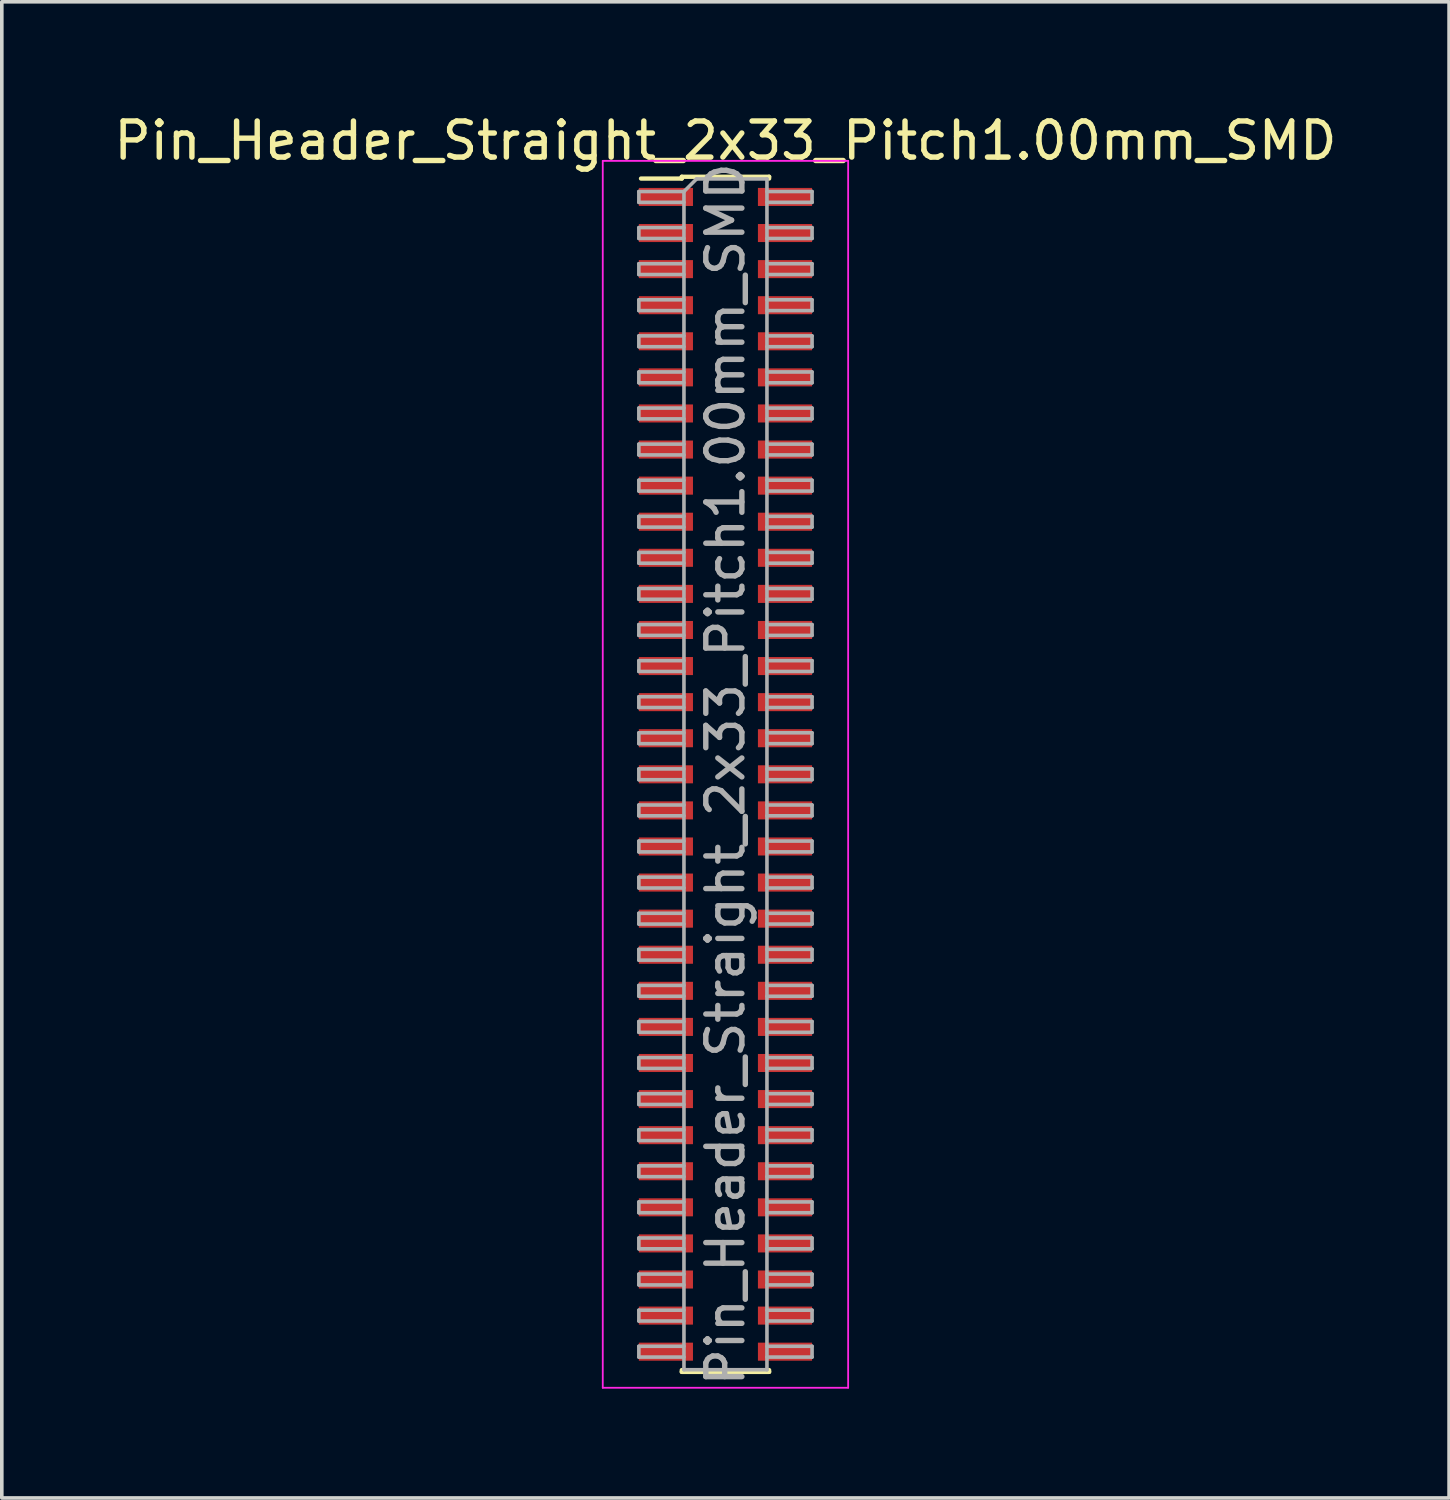
<source format=kicad_pcb>
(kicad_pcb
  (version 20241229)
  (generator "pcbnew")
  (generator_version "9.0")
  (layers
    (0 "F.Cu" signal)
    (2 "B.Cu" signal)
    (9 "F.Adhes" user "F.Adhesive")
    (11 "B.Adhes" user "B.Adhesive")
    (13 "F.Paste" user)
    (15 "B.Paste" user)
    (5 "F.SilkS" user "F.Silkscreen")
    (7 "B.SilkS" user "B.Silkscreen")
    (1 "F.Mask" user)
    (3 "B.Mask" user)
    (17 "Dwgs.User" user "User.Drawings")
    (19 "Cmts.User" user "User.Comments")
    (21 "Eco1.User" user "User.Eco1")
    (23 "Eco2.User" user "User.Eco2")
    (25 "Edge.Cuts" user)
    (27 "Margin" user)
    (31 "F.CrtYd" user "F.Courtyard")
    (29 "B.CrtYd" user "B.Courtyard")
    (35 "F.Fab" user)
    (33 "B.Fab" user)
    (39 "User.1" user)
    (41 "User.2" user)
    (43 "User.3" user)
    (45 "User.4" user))
  (footprint "Pin_Header_Straight_2x33_Pitch1.00mm_SMD"
    (layer "F.Cu")
    (at 17.054 18.408)
    (property "Reference" "Pin_Header_Straight_2x33_Pitch1.00mm_SMD" (at 0 -17.56 0) (layer "F.SilkS") (effects (font (size 1 1) (thickness 0.15))))
    (attr smd)
    (fp_line (start -2.34 -16.51) (end -1.21 -16.51) (stroke (width 0.12) (type solid)) (layer "F.SilkS"))
    (fp_line (start -1.21 -16.56) (end -1.21 -16.51) (stroke (width 0.12) (type solid)) (layer "F.SilkS"))
    (fp_line (start -1.21 -16.56) (end 1.21 -16.56) (stroke (width 0.12) (type solid)) (layer "F.SilkS"))
    (fp_line (start -1.21 16.51) (end -1.21 16.56) (stroke (width 0.12) (type solid)) (layer "F.SilkS"))
    (fp_line (start -1.21 16.56) (end 1.21 16.56) (stroke (width 0.12) (type solid)) (layer "F.SilkS"))
    (fp_line (start 1.21 -16.56) (end 1.21 -16.51) (stroke (width 0.12) (type solid)) (layer "F.SilkS"))
    (fp_line (start 1.21 16.51) (end 1.21 16.56) (stroke (width 0.12) (type solid)) (layer "F.SilkS"))
    (fp_line (start -3.4 -17) (end -3.4 17) (stroke (width 0.05) (type solid)) (layer "F.CrtYd"))
    (fp_line (start -3.4 17) (end 3.4 17) (stroke (width 0.05) (type solid)) (layer "F.CrtYd"))
    (fp_line (start 3.4 -17) (end -3.4 -17) (stroke (width 0.05) (type solid)) (layer "F.CrtYd"))
    (fp_line (start 3.4 17) (end 3.4 -17) (stroke (width 0.05) (type solid)) (layer "F.CrtYd"))
    (fp_line (start -2.4 -16.15) (end -2.4 -15.85) (stroke (width 0.1) (type solid)) (layer "F.Fab"))
    (fp_line (start -2.4 -15.85) (end -1.15 -15.85) (stroke (width 0.1) (type solid)) (layer "F.Fab"))
    (fp_line (start -2.4 -15.15) (end -2.4 -14.85) (stroke (width 0.1) (type solid)) (layer "F.Fab"))
    (fp_line (start -2.4 -14.85) (end -1.15 -14.85) (stroke (width 0.1) (type solid)) (layer "F.Fab"))
    (fp_line (start -2.4 -14.15) (end -2.4 -13.85) (stroke (width 0.1) (type solid)) (layer "F.Fab"))
    (fp_line (start -2.4 -13.85) (end -1.15 -13.85) (stroke (width 0.1) (type solid)) (layer "F.Fab"))
    (fp_line (start -2.4 -13.15) (end -2.4 -12.85) (stroke (width 0.1) (type solid)) (layer "F.Fab"))
    (fp_line (start -2.4 -12.85) (end -1.15 -12.85) (stroke (width 0.1) (type solid)) (layer "F.Fab"))
    (fp_line (start -2.4 -12.15) (end -2.4 -11.85) (stroke (width 0.1) (type solid)) (layer "F.Fab"))
    (fp_line (start -2.4 -11.85) (end -1.15 -11.85) (stroke (width 0.1) (type solid)) (layer "F.Fab"))
    (fp_line (start -2.4 -11.15) (end -2.4 -10.85) (stroke (width 0.1) (type solid)) (layer "F.Fab"))
    (fp_line (start -2.4 -10.85) (end -1.15 -10.85) (stroke (width 0.1) (type solid)) (layer "F.Fab"))
    (fp_line (start -2.4 -10.15) (end -2.4 -9.85) (stroke (width 0.1) (type solid)) (layer "F.Fab"))
    (fp_line (start -2.4 -9.85) (end -1.15 -9.85) (stroke (width 0.1) (type solid)) (layer "F.Fab"))
    (fp_line (start -2.4 -9.15) (end -2.4 -8.85) (stroke (width 0.1) (type solid)) (layer "F.Fab"))
    (fp_line (start -2.4 -8.85) (end -1.15 -8.85) (stroke (width 0.1) (type solid)) (layer "F.Fab"))
    (fp_line (start -2.4 -8.15) (end -2.4 -7.85) (stroke (width 0.1) (type solid)) (layer "F.Fab"))
    (fp_line (start -2.4 -7.85) (end -1.15 -7.85) (stroke (width 0.1) (type solid)) (layer "F.Fab"))
    (fp_line (start -2.4 -7.15) (end -2.4 -6.85) (stroke (width 0.1) (type solid)) (layer "F.Fab"))
    (fp_line (start -2.4 -6.85) (end -1.15 -6.85) (stroke (width 0.1) (type solid)) (layer "F.Fab"))
    (fp_line (start -2.4 -6.15) (end -2.4 -5.85) (stroke (width 0.1) (type solid)) (layer "F.Fab"))
    (fp_line (start -2.4 -5.85) (end -1.15 -5.85) (stroke (width 0.1) (type solid)) (layer "F.Fab"))
    (fp_line (start -2.4 -5.15) (end -2.4 -4.85) (stroke (width 0.1) (type solid)) (layer "F.Fab"))
    (fp_line (start -2.4 -4.85) (end -1.15 -4.85) (stroke (width 0.1) (type solid)) (layer "F.Fab"))
    (fp_line (start -2.4 -4.15) (end -2.4 -3.85) (stroke (width 0.1) (type solid)) (layer "F.Fab"))
    (fp_line (start -2.4 -3.85) (end -1.15 -3.85) (stroke (width 0.1) (type solid)) (layer "F.Fab"))
    (fp_line (start -2.4 -3.15) (end -2.4 -2.85) (stroke (width 0.1) (type solid)) (layer "F.Fab"))
    (fp_line (start -2.4 -2.85) (end -1.15 -2.85) (stroke (width 0.1) (type solid)) (layer "F.Fab"))
    (fp_line (start -2.4 -2.15) (end -2.4 -1.85) (stroke (width 0.1) (type solid)) (layer "F.Fab"))
    (fp_line (start -2.4 -1.85) (end -1.15 -1.85) (stroke (width 0.1) (type solid)) (layer "F.Fab"))
    (fp_line (start -2.4 -1.15) (end -2.4 -0.85) (stroke (width 0.1) (type solid)) (layer "F.Fab"))
    (fp_line (start -2.4 -0.85) (end -1.15 -0.85) (stroke (width 0.1) (type solid)) (layer "F.Fab"))
    (fp_line (start -2.4 -0.15) (end -2.4 0.15) (stroke (width 0.1) (type solid)) (layer "F.Fab"))
    (fp_line (start -2.4 0.15) (end -1.15 0.15) (stroke (width 0.1) (type solid)) (layer "F.Fab"))
    (fp_line (start -2.4 0.85) (end -2.4 1.15) (stroke (width 0.1) (type solid)) (layer "F.Fab"))
    (fp_line (start -2.4 1.15) (end -1.15 1.15) (stroke (width 0.1) (type solid)) (layer "F.Fab"))
    (fp_line (start -2.4 1.85) (end -2.4 2.15) (stroke (width 0.1) (type solid)) (layer "F.Fab"))
    (fp_line (start -2.4 2.15) (end -1.15 2.15) (stroke (width 0.1) (type solid)) (layer "F.Fab"))
    (fp_line (start -2.4 2.85) (end -2.4 3.15) (stroke (width 0.1) (type solid)) (layer "F.Fab"))
    (fp_line (start -2.4 3.15) (end -1.15 3.15) (stroke (width 0.1) (type solid)) (layer "F.Fab"))
    (fp_line (start -2.4 3.85) (end -2.4 4.15) (stroke (width 0.1) (type solid)) (layer "F.Fab"))
    (fp_line (start -2.4 4.15) (end -1.15 4.15) (stroke (width 0.1) (type solid)) (layer "F.Fab"))
    (fp_line (start -2.4 4.85) (end -2.4 5.15) (stroke (width 0.1) (type solid)) (layer "F.Fab"))
    (fp_line (start -2.4 5.15) (end -1.15 5.15) (stroke (width 0.1) (type solid)) (layer "F.Fab"))
    (fp_line (start -2.4 5.85) (end -2.4 6.15) (stroke (width 0.1) (type solid)) (layer "F.Fab"))
    (fp_line (start -2.4 6.15) (end -1.15 6.15) (stroke (width 0.1) (type solid)) (layer "F.Fab"))
    (fp_line (start -2.4 6.85) (end -2.4 7.15) (stroke (width 0.1) (type solid)) (layer "F.Fab"))
    (fp_line (start -2.4 7.15) (end -1.15 7.15) (stroke (width 0.1) (type solid)) (layer "F.Fab"))
    (fp_line (start -2.4 7.85) (end -2.4 8.15) (stroke (width 0.1) (type solid)) (layer "F.Fab"))
    (fp_line (start -2.4 8.15) (end -1.15 8.15) (stroke (width 0.1) (type solid)) (layer "F.Fab"))
    (fp_line (start -2.4 8.85) (end -2.4 9.15) (stroke (width 0.1) (type solid)) (layer "F.Fab"))
    (fp_line (start -2.4 9.15) (end -1.15 9.15) (stroke (width 0.1) (type solid)) (layer "F.Fab"))
    (fp_line (start -2.4 9.85) (end -2.4 10.15) (stroke (width 0.1) (type solid)) (layer "F.Fab"))
    (fp_line (start -2.4 10.15) (end -1.15 10.15) (stroke (width 0.1) (type solid)) (layer "F.Fab"))
    (fp_line (start -2.4 10.85) (end -2.4 11.15) (stroke (width 0.1) (type solid)) (layer "F.Fab"))
    (fp_line (start -2.4 11.15) (end -1.15 11.15) (stroke (width 0.1) (type solid)) (layer "F.Fab"))
    (fp_line (start -2.4 11.85) (end -2.4 12.15) (stroke (width 0.1) (type solid)) (layer "F.Fab"))
    (fp_line (start -2.4 12.15) (end -1.15 12.15) (stroke (width 0.1) (type solid)) (layer "F.Fab"))
    (fp_line (start -2.4 12.85) (end -2.4 13.15) (stroke (width 0.1) (type solid)) (layer "F.Fab"))
    (fp_line (start -2.4 13.15) (end -1.15 13.15) (stroke (width 0.1) (type solid)) (layer "F.Fab"))
    (fp_line (start -2.4 13.85) (end -2.4 14.15) (stroke (width 0.1) (type solid)) (layer "F.Fab"))
    (fp_line (start -2.4 14.15) (end -1.15 14.15) (stroke (width 0.1) (type solid)) (layer "F.Fab"))
    (fp_line (start -2.4 14.85) (end -2.4 15.15) (stroke (width 0.1) (type solid)) (layer "F.Fab"))
    (fp_line (start -2.4 15.15) (end -1.15 15.15) (stroke (width 0.1) (type solid)) (layer "F.Fab"))
    (fp_line (start -2.4 15.85) (end -2.4 16.15) (stroke (width 0.1) (type solid)) (layer "F.Fab"))
    (fp_line (start -2.4 16.15) (end -1.15 16.15) (stroke (width 0.1) (type solid)) (layer "F.Fab"))
    (fp_line (start -1.15 -16.15) (end -2.4 -16.15) (stroke (width 0.1) (type solid)) (layer "F.Fab"))
    (fp_line (start -1.15 -16.15) (end -0.8 -16.5) (stroke (width 0.1) (type solid)) (layer "F.Fab"))
    (fp_line (start -1.15 -15.15) (end -2.4 -15.15) (stroke (width 0.1) (type solid)) (layer "F.Fab"))
    (fp_line (start -1.15 -14.15) (end -2.4 -14.15) (stroke (width 0.1) (type solid)) (layer "F.Fab"))
    (fp_line (start -1.15 -13.15) (end -2.4 -13.15) (stroke (width 0.1) (type solid)) (layer "F.Fab"))
    (fp_line (start -1.15 -12.15) (end -2.4 -12.15) (stroke (width 0.1) (type solid)) (layer "F.Fab"))
    (fp_line (start -1.15 -11.15) (end -2.4 -11.15) (stroke (width 0.1) (type solid)) (layer "F.Fab"))
    (fp_line (start -1.15 -10.15) (end -2.4 -10.15) (stroke (width 0.1) (type solid)) (layer "F.Fab"))
    (fp_line (start -1.15 -9.15) (end -2.4 -9.15) (stroke (width 0.1) (type solid)) (layer "F.Fab"))
    (fp_line (start -1.15 -8.15) (end -2.4 -8.15) (stroke (width 0.1) (type solid)) (layer "F.Fab"))
    (fp_line (start -1.15 -7.15) (end -2.4 -7.15) (stroke (width 0.1) (type solid)) (layer "F.Fab"))
    (fp_line (start -1.15 -6.15) (end -2.4 -6.15) (stroke (width 0.1) (type solid)) (layer "F.Fab"))
    (fp_line (start -1.15 -5.15) (end -2.4 -5.15) (stroke (width 0.1) (type solid)) (layer "F.Fab"))
    (fp_line (start -1.15 -4.15) (end -2.4 -4.15) (stroke (width 0.1) (type solid)) (layer "F.Fab"))
    (fp_line (start -1.15 -3.15) (end -2.4 -3.15) (stroke (width 0.1) (type solid)) (layer "F.Fab"))
    (fp_line (start -1.15 -2.15) (end -2.4 -2.15) (stroke (width 0.1) (type solid)) (layer "F.Fab"))
    (fp_line (start -1.15 -1.15) (end -2.4 -1.15) (stroke (width 0.1) (type solid)) (layer "F.Fab"))
    (fp_line (start -1.15 -0.15) (end -2.4 -0.15) (stroke (width 0.1) (type solid)) (layer "F.Fab"))
    (fp_line (start -1.15 0.85) (end -2.4 0.85) (stroke (width 0.1) (type solid)) (layer "F.Fab"))
    (fp_line (start -1.15 1.85) (end -2.4 1.85) (stroke (width 0.1) (type solid)) (layer "F.Fab"))
    (fp_line (start -1.15 2.85) (end -2.4 2.85) (stroke (width 0.1) (type solid)) (layer "F.Fab"))
    (fp_line (start -1.15 3.85) (end -2.4 3.85) (stroke (width 0.1) (type solid)) (layer "F.Fab"))
    (fp_line (start -1.15 4.85) (end -2.4 4.85) (stroke (width 0.1) (type solid)) (layer "F.Fab"))
    (fp_line (start -1.15 5.85) (end -2.4 5.85) (stroke (width 0.1) (type solid)) (layer "F.Fab"))
    (fp_line (start -1.15 6.85) (end -2.4 6.85) (stroke (width 0.1) (type solid)) (layer "F.Fab"))
    (fp_line (start -1.15 7.85) (end -2.4 7.85) (stroke (width 0.1) (type solid)) (layer "F.Fab"))
    (fp_line (start -1.15 8.85) (end -2.4 8.85) (stroke (width 0.1) (type solid)) (layer "F.Fab"))
    (fp_line (start -1.15 9.85) (end -2.4 9.85) (stroke (width 0.1) (type solid)) (layer "F.Fab"))
    (fp_line (start -1.15 10.85) (end -2.4 10.85) (stroke (width 0.1) (type solid)) (layer "F.Fab"))
    (fp_line (start -1.15 11.85) (end -2.4 11.85) (stroke (width 0.1) (type solid)) (layer "F.Fab"))
    (fp_line (start -1.15 12.85) (end -2.4 12.85) (stroke (width 0.1) (type solid)) (layer "F.Fab"))
    (fp_line (start -1.15 13.85) (end -2.4 13.85) (stroke (width 0.1) (type solid)) (layer "F.Fab"))
    (fp_line (start -1.15 14.85) (end -2.4 14.85) (stroke (width 0.1) (type solid)) (layer "F.Fab"))
    (fp_line (start -1.15 15.85) (end -2.4 15.85) (stroke (width 0.1) (type solid)) (layer "F.Fab"))
    (fp_line (start -1.15 16.5) (end -1.15 -16.15) (stroke (width 0.1) (type solid)) (layer "F.Fab"))
    (fp_line (start -0.8 -16.5) (end 1.15 -16.5) (stroke (width 0.1) (type solid)) (layer "F.Fab"))
    (fp_line (start 1.15 -16.5) (end 1.15 16.5) (stroke (width 0.1) (type solid)) (layer "F.Fab"))
    (fp_line (start 1.15 -16.15) (end 2.4 -16.15) (stroke (width 0.1) (type solid)) (layer "F.Fab"))
    (fp_line (start 1.15 -15.15) (end 2.4 -15.15) (stroke (width 0.1) (type solid)) (layer "F.Fab"))
    (fp_line (start 1.15 -14.15) (end 2.4 -14.15) (stroke (width 0.1) (type solid)) (layer "F.Fab"))
    (fp_line (start 1.15 -13.15) (end 2.4 -13.15) (stroke (width 0.1) (type solid)) (layer "F.Fab"))
    (fp_line (start 1.15 -12.15) (end 2.4 -12.15) (stroke (width 0.1) (type solid)) (layer "F.Fab"))
    (fp_line (start 1.15 -11.15) (end 2.4 -11.15) (stroke (width 0.1) (type solid)) (layer "F.Fab"))
    (fp_line (start 1.15 -10.15) (end 2.4 -10.15) (stroke (width 0.1) (type solid)) (layer "F.Fab"))
    (fp_line (start 1.15 -9.15) (end 2.4 -9.15) (stroke (width 0.1) (type solid)) (layer "F.Fab"))
    (fp_line (start 1.15 -8.15) (end 2.4 -8.15) (stroke (width 0.1) (type solid)) (layer "F.Fab"))
    (fp_line (start 1.15 -7.15) (end 2.4 -7.15) (stroke (width 0.1) (type solid)) (layer "F.Fab"))
    (fp_line (start 1.15 -6.15) (end 2.4 -6.15) (stroke (width 0.1) (type solid)) (layer "F.Fab"))
    (fp_line (start 1.15 -5.15) (end 2.4 -5.15) (stroke (width 0.1) (type solid)) (layer "F.Fab"))
    (fp_line (start 1.15 -4.15) (end 2.4 -4.15) (stroke (width 0.1) (type solid)) (layer "F.Fab"))
    (fp_line (start 1.15 -3.15) (end 2.4 -3.15) (stroke (width 0.1) (type solid)) (layer "F.Fab"))
    (fp_line (start 1.15 -2.15) (end 2.4 -2.15) (stroke (width 0.1) (type solid)) (layer "F.Fab"))
    (fp_line (start 1.15 -1.15) (end 2.4 -1.15) (stroke (width 0.1) (type solid)) (layer "F.Fab"))
    (fp_line (start 1.15 -0.15) (end 2.4 -0.15) (stroke (width 0.1) (type solid)) (layer "F.Fab"))
    (fp_line (start 1.15 0.85) (end 2.4 0.85) (stroke (width 0.1) (type solid)) (layer "F.Fab"))
    (fp_line (start 1.15 1.85) (end 2.4 1.85) (stroke (width 0.1) (type solid)) (layer "F.Fab"))
    (fp_line (start 1.15 2.85) (end 2.4 2.85) (stroke (width 0.1) (type solid)) (layer "F.Fab"))
    (fp_line (start 1.15 3.85) (end 2.4 3.85) (stroke (width 0.1) (type solid)) (layer "F.Fab"))
    (fp_line (start 1.15 4.85) (end 2.4 4.85) (stroke (width 0.1) (type solid)) (layer "F.Fab"))
    (fp_line (start 1.15 5.85) (end 2.4 5.85) (stroke (width 0.1) (type solid)) (layer "F.Fab"))
    (fp_line (start 1.15 6.85) (end 2.4 6.85) (stroke (width 0.1) (type solid)) (layer "F.Fab"))
    (fp_line (start 1.15 7.85) (end 2.4 7.85) (stroke (width 0.1) (type solid)) (layer "F.Fab"))
    (fp_line (start 1.15 8.85) (end 2.4 8.85) (stroke (width 0.1) (type solid)) (layer "F.Fab"))
    (fp_line (start 1.15 9.85) (end 2.4 9.85) (stroke (width 0.1) (type solid)) (layer "F.Fab"))
    (fp_line (start 1.15 10.85) (end 2.4 10.85) (stroke (width 0.1) (type solid)) (layer "F.Fab"))
    (fp_line (start 1.15 11.85) (end 2.4 11.85) (stroke (width 0.1) (type solid)) (layer "F.Fab"))
    (fp_line (start 1.15 12.85) (end 2.4 12.85) (stroke (width 0.1) (type solid)) (layer "F.Fab"))
    (fp_line (start 1.15 13.85) (end 2.4 13.85) (stroke (width 0.1) (type solid)) (layer "F.Fab"))
    (fp_line (start 1.15 14.85) (end 2.4 14.85) (stroke (width 0.1) (type solid)) (layer "F.Fab"))
    (fp_line (start 1.15 15.85) (end 2.4 15.85) (stroke (width 0.1) (type solid)) (layer "F.Fab"))
    (fp_line (start 1.15 16.5) (end -1.15 16.5) (stroke (width 0.1) (type solid)) (layer "F.Fab"))
    (fp_line (start 2.4 -16.15) (end 2.4 -15.85) (stroke (width 0.1) (type solid)) (layer "F.Fab"))
    (fp_line (start 2.4 -15.85) (end 1.15 -15.85) (stroke (width 0.1) (type solid)) (layer "F.Fab"))
    (fp_line (start 2.4 -15.15) (end 2.4 -14.85) (stroke (width 0.1) (type solid)) (layer "F.Fab"))
    (fp_line (start 2.4 -14.85) (end 1.15 -14.85) (stroke (width 0.1) (type solid)) (layer "F.Fab"))
    (fp_line (start 2.4 -14.15) (end 2.4 -13.85) (stroke (width 0.1) (type solid)) (layer "F.Fab"))
    (fp_line (start 2.4 -13.85) (end 1.15 -13.85) (stroke (width 0.1) (type solid)) (layer "F.Fab"))
    (fp_line (start 2.4 -13.15) (end 2.4 -12.85) (stroke (width 0.1) (type solid)) (layer "F.Fab"))
    (fp_line (start 2.4 -12.85) (end 1.15 -12.85) (stroke (width 0.1) (type solid)) (layer "F.Fab"))
    (fp_line (start 2.4 -12.15) (end 2.4 -11.85) (stroke (width 0.1) (type solid)) (layer "F.Fab"))
    (fp_line (start 2.4 -11.85) (end 1.15 -11.85) (stroke (width 0.1) (type solid)) (layer "F.Fab"))
    (fp_line (start 2.4 -11.15) (end 2.4 -10.85) (stroke (width 0.1) (type solid)) (layer "F.Fab"))
    (fp_line (start 2.4 -10.85) (end 1.15 -10.85) (stroke (width 0.1) (type solid)) (layer "F.Fab"))
    (fp_line (start 2.4 -10.15) (end 2.4 -9.85) (stroke (width 0.1) (type solid)) (layer "F.Fab"))
    (fp_line (start 2.4 -9.85) (end 1.15 -9.85) (stroke (width 0.1) (type solid)) (layer "F.Fab"))
    (fp_line (start 2.4 -9.15) (end 2.4 -8.85) (stroke (width 0.1) (type solid)) (layer "F.Fab"))
    (fp_line (start 2.4 -8.85) (end 1.15 -8.85) (stroke (width 0.1) (type solid)) (layer "F.Fab"))
    (fp_line (start 2.4 -8.15) (end 2.4 -7.85) (stroke (width 0.1) (type solid)) (layer "F.Fab"))
    (fp_line (start 2.4 -7.85) (end 1.15 -7.85) (stroke (width 0.1) (type solid)) (layer "F.Fab"))
    (fp_line (start 2.4 -7.15) (end 2.4 -6.85) (stroke (width 0.1) (type solid)) (layer "F.Fab"))
    (fp_line (start 2.4 -6.85) (end 1.15 -6.85) (stroke (width 0.1) (type solid)) (layer "F.Fab"))
    (fp_line (start 2.4 -6.15) (end 2.4 -5.85) (stroke (width 0.1) (type solid)) (layer "F.Fab"))
    (fp_line (start 2.4 -5.85) (end 1.15 -5.85) (stroke (width 0.1) (type solid)) (layer "F.Fab"))
    (fp_line (start 2.4 -5.15) (end 2.4 -4.85) (stroke (width 0.1) (type solid)) (layer "F.Fab"))
    (fp_line (start 2.4 -4.85) (end 1.15 -4.85) (stroke (width 0.1) (type solid)) (layer "F.Fab"))
    (fp_line (start 2.4 -4.15) (end 2.4 -3.85) (stroke (width 0.1) (type solid)) (layer "F.Fab"))
    (fp_line (start 2.4 -3.85) (end 1.15 -3.85) (stroke (width 0.1) (type solid)) (layer "F.Fab"))
    (fp_line (start 2.4 -3.15) (end 2.4 -2.85) (stroke (width 0.1) (type solid)) (layer "F.Fab"))
    (fp_line (start 2.4 -2.85) (end 1.15 -2.85) (stroke (width 0.1) (type solid)) (layer "F.Fab"))
    (fp_line (start 2.4 -2.15) (end 2.4 -1.85) (stroke (width 0.1) (type solid)) (layer "F.Fab"))
    (fp_line (start 2.4 -1.85) (end 1.15 -1.85) (stroke (width 0.1) (type solid)) (layer "F.Fab"))
    (fp_line (start 2.4 -1.15) (end 2.4 -0.85) (stroke (width 0.1) (type solid)) (layer "F.Fab"))
    (fp_line (start 2.4 -0.85) (end 1.15 -0.85) (stroke (width 0.1) (type solid)) (layer "F.Fab"))
    (fp_line (start 2.4 -0.15) (end 2.4 0.15) (stroke (width 0.1) (type solid)) (layer "F.Fab"))
    (fp_line (start 2.4 0.15) (end 1.15 0.15) (stroke (width 0.1) (type solid)) (layer "F.Fab"))
    (fp_line (start 2.4 0.85) (end 2.4 1.15) (stroke (width 0.1) (type solid)) (layer "F.Fab"))
    (fp_line (start 2.4 1.15) (end 1.15 1.15) (stroke (width 0.1) (type solid)) (layer "F.Fab"))
    (fp_line (start 2.4 1.85) (end 2.4 2.15) (stroke (width 0.1) (type solid)) (layer "F.Fab"))
    (fp_line (start 2.4 2.15) (end 1.15 2.15) (stroke (width 0.1) (type solid)) (layer "F.Fab"))
    (fp_line (start 2.4 2.85) (end 2.4 3.15) (stroke (width 0.1) (type solid)) (layer "F.Fab"))
    (fp_line (start 2.4 3.15) (end 1.15 3.15) (stroke (width 0.1) (type solid)) (layer "F.Fab"))
    (fp_line (start 2.4 3.85) (end 2.4 4.15) (stroke (width 0.1) (type solid)) (layer "F.Fab"))
    (fp_line (start 2.4 4.15) (end 1.15 4.15) (stroke (width 0.1) (type solid)) (layer "F.Fab"))
    (fp_line (start 2.4 4.85) (end 2.4 5.15) (stroke (width 0.1) (type solid)) (layer "F.Fab"))
    (fp_line (start 2.4 5.15) (end 1.15 5.15) (stroke (width 0.1) (type solid)) (layer "F.Fab"))
    (fp_line (start 2.4 5.85) (end 2.4 6.15) (stroke (width 0.1) (type solid)) (layer "F.Fab"))
    (fp_line (start 2.4 6.15) (end 1.15 6.15) (stroke (width 0.1) (type solid)) (layer "F.Fab"))
    (fp_line (start 2.4 6.85) (end 2.4 7.15) (stroke (width 0.1) (type solid)) (layer "F.Fab"))
    (fp_line (start 2.4 7.15) (end 1.15 7.15) (stroke (width 0.1) (type solid)) (layer "F.Fab"))
    (fp_line (start 2.4 7.85) (end 2.4 8.15) (stroke (width 0.1) (type solid)) (layer "F.Fab"))
    (fp_line (start 2.4 8.15) (end 1.15 8.15) (stroke (width 0.1) (type solid)) (layer "F.Fab"))
    (fp_line (start 2.4 8.85) (end 2.4 9.15) (stroke (width 0.1) (type solid)) (layer "F.Fab"))
    (fp_line (start 2.4 9.15) (end 1.15 9.15) (stroke (width 0.1) (type solid)) (layer "F.Fab"))
    (fp_line (start 2.4 9.85) (end 2.4 10.15) (stroke (width 0.1) (type solid)) (layer "F.Fab"))
    (fp_line (start 2.4 10.15) (end 1.15 10.15) (stroke (width 0.1) (type solid)) (layer "F.Fab"))
    (fp_line (start 2.4 10.85) (end 2.4 11.15) (stroke (width 0.1) (type solid)) (layer "F.Fab"))
    (fp_line (start 2.4 11.15) (end 1.15 11.15) (stroke (width 0.1) (type solid)) (layer "F.Fab"))
    (fp_line (start 2.4 11.85) (end 2.4 12.15) (stroke (width 0.1) (type solid)) (layer "F.Fab"))
    (fp_line (start 2.4 12.15) (end 1.15 12.15) (stroke (width 0.1) (type solid)) (layer "F.Fab"))
    (fp_line (start 2.4 12.85) (end 2.4 13.15) (stroke (width 0.1) (type solid)) (layer "F.Fab"))
    (fp_line (start 2.4 13.15) (end 1.15 13.15) (stroke (width 0.1) (type solid)) (layer "F.Fab"))
    (fp_line (start 2.4 13.85) (end 2.4 14.15) (stroke (width 0.1) (type solid)) (layer "F.Fab"))
    (fp_line (start 2.4 14.15) (end 1.15 14.15) (stroke (width 0.1) (type solid)) (layer "F.Fab"))
    (fp_line (start 2.4 14.85) (end 2.4 15.15) (stroke (width 0.1) (type solid)) (layer "F.Fab"))
    (fp_line (start 2.4 15.15) (end 1.15 15.15) (stroke (width 0.1) (type solid)) (layer "F.Fab"))
    (fp_line (start 2.4 15.85) (end 2.4 16.15) (stroke (width 0.1) (type solid)) (layer "F.Fab"))
    (fp_line (start 2.4 16.15) (end 1.15 16.15) (stroke (width 0.1) (type solid)) (layer "F.Fab"))
    (fp_text user "${REFERENCE}" (at 0 0 90) (layer "F.Fab") (effects (font (size 1 1) (thickness 0.15))))
    (pad "1" smd rect (at -1.65 -16) (size 1.5 0.5) (layers "F.Cu" "F.Mask" "F.Paste"))
    (pad "2" smd rect (at 1.65 -16) (size 1.5 0.5) (layers "F.Cu" "F.Mask" "F.Paste"))
    (pad "3" smd rect (at -1.65 -15) (size 1.5 0.5) (layers "F.Cu" "F.Mask" "F.Paste"))
    (pad "4" smd rect (at 1.65 -15) (size 1.5 0.5) (layers "F.Cu" "F.Mask" "F.Paste"))
    (pad "5" smd rect (at -1.65 -14) (size 1.5 0.5) (layers "F.Cu" "F.Mask" "F.Paste"))
    (pad "6" smd rect (at 1.65 -14) (size 1.5 0.5) (layers "F.Cu" "F.Mask" "F.Paste"))
    (pad "7" smd rect (at -1.65 -13) (size 1.5 0.5) (layers "F.Cu" "F.Mask" "F.Paste"))
    (pad "8" smd rect (at 1.65 -13) (size 1.5 0.5) (layers "F.Cu" "F.Mask" "F.Paste"))
    (pad "9" smd rect (at -1.65 -12) (size 1.5 0.5) (layers "F.Cu" "F.Mask" "F.Paste"))
    (pad "10" smd rect (at 1.65 -12) (size 1.5 0.5) (layers "F.Cu" "F.Mask" "F.Paste"))
    (pad "11" smd rect (at -1.65 -11) (size 1.5 0.5) (layers "F.Cu" "F.Mask" "F.Paste"))
    (pad "12" smd rect (at 1.65 -11) (size 1.5 0.5) (layers "F.Cu" "F.Mask" "F.Paste"))
    (pad "13" smd rect (at -1.65 -10) (size 1.5 0.5) (layers "F.Cu" "F.Mask" "F.Paste"))
    (pad "14" smd rect (at 1.65 -10) (size 1.5 0.5) (layers "F.Cu" "F.Mask" "F.Paste"))
    (pad "15" smd rect (at -1.65 -9) (size 1.5 0.5) (layers "F.Cu" "F.Mask" "F.Paste"))
    (pad "16" smd rect (at 1.65 -9) (size 1.5 0.5) (layers "F.Cu" "F.Mask" "F.Paste"))
    (pad "17" smd rect (at -1.65 -8) (size 1.5 0.5) (layers "F.Cu" "F.Mask" "F.Paste"))
    (pad "18" smd rect (at 1.65 -8) (size 1.5 0.5) (layers "F.Cu" "F.Mask" "F.Paste"))
    (pad "19" smd rect (at -1.65 -7) (size 1.5 0.5) (layers "F.Cu" "F.Mask" "F.Paste"))
    (pad "20" smd rect (at 1.65 -7) (size 1.5 0.5) (layers "F.Cu" "F.Mask" "F.Paste"))
    (pad "21" smd rect (at -1.65 -6) (size 1.5 0.5) (layers "F.Cu" "F.Mask" "F.Paste"))
    (pad "22" smd rect (at 1.65 -6) (size 1.5 0.5) (layers "F.Cu" "F.Mask" "F.Paste"))
    (pad "23" smd rect (at -1.65 -5) (size 1.5 0.5) (layers "F.Cu" "F.Mask" "F.Paste"))
    (pad "24" smd rect (at 1.65 -5) (size 1.5 0.5) (layers "F.Cu" "F.Mask" "F.Paste"))
    (pad "25" smd rect (at -1.65 -4) (size 1.5 0.5) (layers "F.Cu" "F.Mask" "F.Paste"))
    (pad "26" smd rect (at 1.65 -4) (size 1.5 0.5) (layers "F.Cu" "F.Mask" "F.Paste"))
    (pad "27" smd rect (at -1.65 -3) (size 1.5 0.5) (layers "F.Cu" "F.Mask" "F.Paste"))
    (pad "28" smd rect (at 1.65 -3) (size 1.5 0.5) (layers "F.Cu" "F.Mask" "F.Paste"))
    (pad "29" smd rect (at -1.65 -2) (size 1.5 0.5) (layers "F.Cu" "F.Mask" "F.Paste"))
    (pad "30" smd rect (at 1.65 -2) (size 1.5 0.5) (layers "F.Cu" "F.Mask" "F.Paste"))
    (pad "31" smd rect (at -1.65 -1) (size 1.5 0.5) (layers "F.Cu" "F.Mask" "F.Paste"))
    (pad "32" smd rect (at 1.65 -1) (size 1.5 0.5) (layers "F.Cu" "F.Mask" "F.Paste"))
    (pad "33" smd rect (at -1.65 0) (size 1.5 0.5) (layers "F.Cu" "F.Mask" "F.Paste"))
    (pad "34" smd rect (at 1.65 0) (size 1.5 0.5) (layers "F.Cu" "F.Mask" "F.Paste"))
    (pad "35" smd rect (at -1.65 1) (size 1.5 0.5) (layers "F.Cu" "F.Mask" "F.Paste"))
    (pad "36" smd rect (at 1.65 1) (size 1.5 0.5) (layers "F.Cu" "F.Mask" "F.Paste"))
    (pad "37" smd rect (at -1.65 2) (size 1.5 0.5) (layers "F.Cu" "F.Mask" "F.Paste"))
    (pad "38" smd rect (at 1.65 2) (size 1.5 0.5) (layers "F.Cu" "F.Mask" "F.Paste"))
    (pad "39" smd rect (at -1.65 3) (size 1.5 0.5) (layers "F.Cu" "F.Mask" "F.Paste"))
    (pad "40" smd rect (at 1.65 3) (size 1.5 0.5) (layers "F.Cu" "F.Mask" "F.Paste"))
    (pad "41" smd rect (at -1.65 4) (size 1.5 0.5) (layers "F.Cu" "F.Mask" "F.Paste"))
    (pad "42" smd rect (at 1.65 4) (size 1.5 0.5) (layers "F.Cu" "F.Mask" "F.Paste"))
    (pad "43" smd rect (at -1.65 5) (size 1.5 0.5) (layers "F.Cu" "F.Mask" "F.Paste"))
    (pad "44" smd rect (at 1.65 5) (size 1.5 0.5) (layers "F.Cu" "F.Mask" "F.Paste"))
    (pad "45" smd rect (at -1.65 6) (size 1.5 0.5) (layers "F.Cu" "F.Mask" "F.Paste"))
    (pad "46" smd rect (at 1.65 6) (size 1.5 0.5) (layers "F.Cu" "F.Mask" "F.Paste"))
    (pad "47" smd rect (at -1.65 7) (size 1.5 0.5) (layers "F.Cu" "F.Mask" "F.Paste"))
    (pad "48" smd rect (at 1.65 7) (size 1.5 0.5) (layers "F.Cu" "F.Mask" "F.Paste"))
    (pad "49" smd rect (at -1.65 8) (size 1.5 0.5) (layers "F.Cu" "F.Mask" "F.Paste"))
    (pad "50" smd rect (at 1.65 8) (size 1.5 0.5) (layers "F.Cu" "F.Mask" "F.Paste"))
    (pad "51" smd rect (at -1.65 9) (size 1.5 0.5) (layers "F.Cu" "F.Mask" "F.Paste"))
    (pad "52" smd rect (at 1.65 9) (size 1.5 0.5) (layers "F.Cu" "F.Mask" "F.Paste"))
    (pad "53" smd rect (at -1.65 10) (size 1.5 0.5) (layers "F.Cu" "F.Mask" "F.Paste"))
    (pad "54" smd rect (at 1.65 10) (size 1.5 0.5) (layers "F.Cu" "F.Mask" "F.Paste"))
    (pad "55" smd rect (at -1.65 11) (size 1.5 0.5) (layers "F.Cu" "F.Mask" "F.Paste"))
    (pad "56" smd rect (at 1.65 11) (size 1.5 0.5) (layers "F.Cu" "F.Mask" "F.Paste"))
    (pad "57" smd rect (at -1.65 12) (size 1.5 0.5) (layers "F.Cu" "F.Mask" "F.Paste"))
    (pad "58" smd rect (at 1.65 12) (size 1.5 0.5) (layers "F.Cu" "F.Mask" "F.Paste"))
    (pad "59" smd rect (at -1.65 13) (size 1.5 0.5) (layers "F.Cu" "F.Mask" "F.Paste"))
    (pad "60" smd rect (at 1.65 13) (size 1.5 0.5) (layers "F.Cu" "F.Mask" "F.Paste"))
    (pad "61" smd rect (at -1.65 14) (size 1.5 0.5) (layers "F.Cu" "F.Mask" "F.Paste"))
    (pad "62" smd rect (at 1.65 14) (size 1.5 0.5) (layers "F.Cu" "F.Mask" "F.Paste"))
    (pad "63" smd rect (at -1.65 15) (size 1.5 0.5) (layers "F.Cu" "F.Mask" "F.Paste"))
    (pad "64" smd rect (at 1.65 15) (size 1.5 0.5) (layers "F.Cu" "F.Mask" "F.Paste"))
    (pad "65" smd rect (at -1.65 16) (size 1.5 0.5) (layers "F.Cu" "F.Mask" "F.Paste"))
    (pad "66" smd rect (at 1.65 16) (size 1.5 0.5) (layers "F.Cu" "F.Mask" "F.Paste")))
  (gr_rect
    (start -3 -3)
    (end 37.107 38.462)
    (stroke (width 0.1) (type default))
    (fill no)
    (layer "Edge.Cuts")))
</source>
